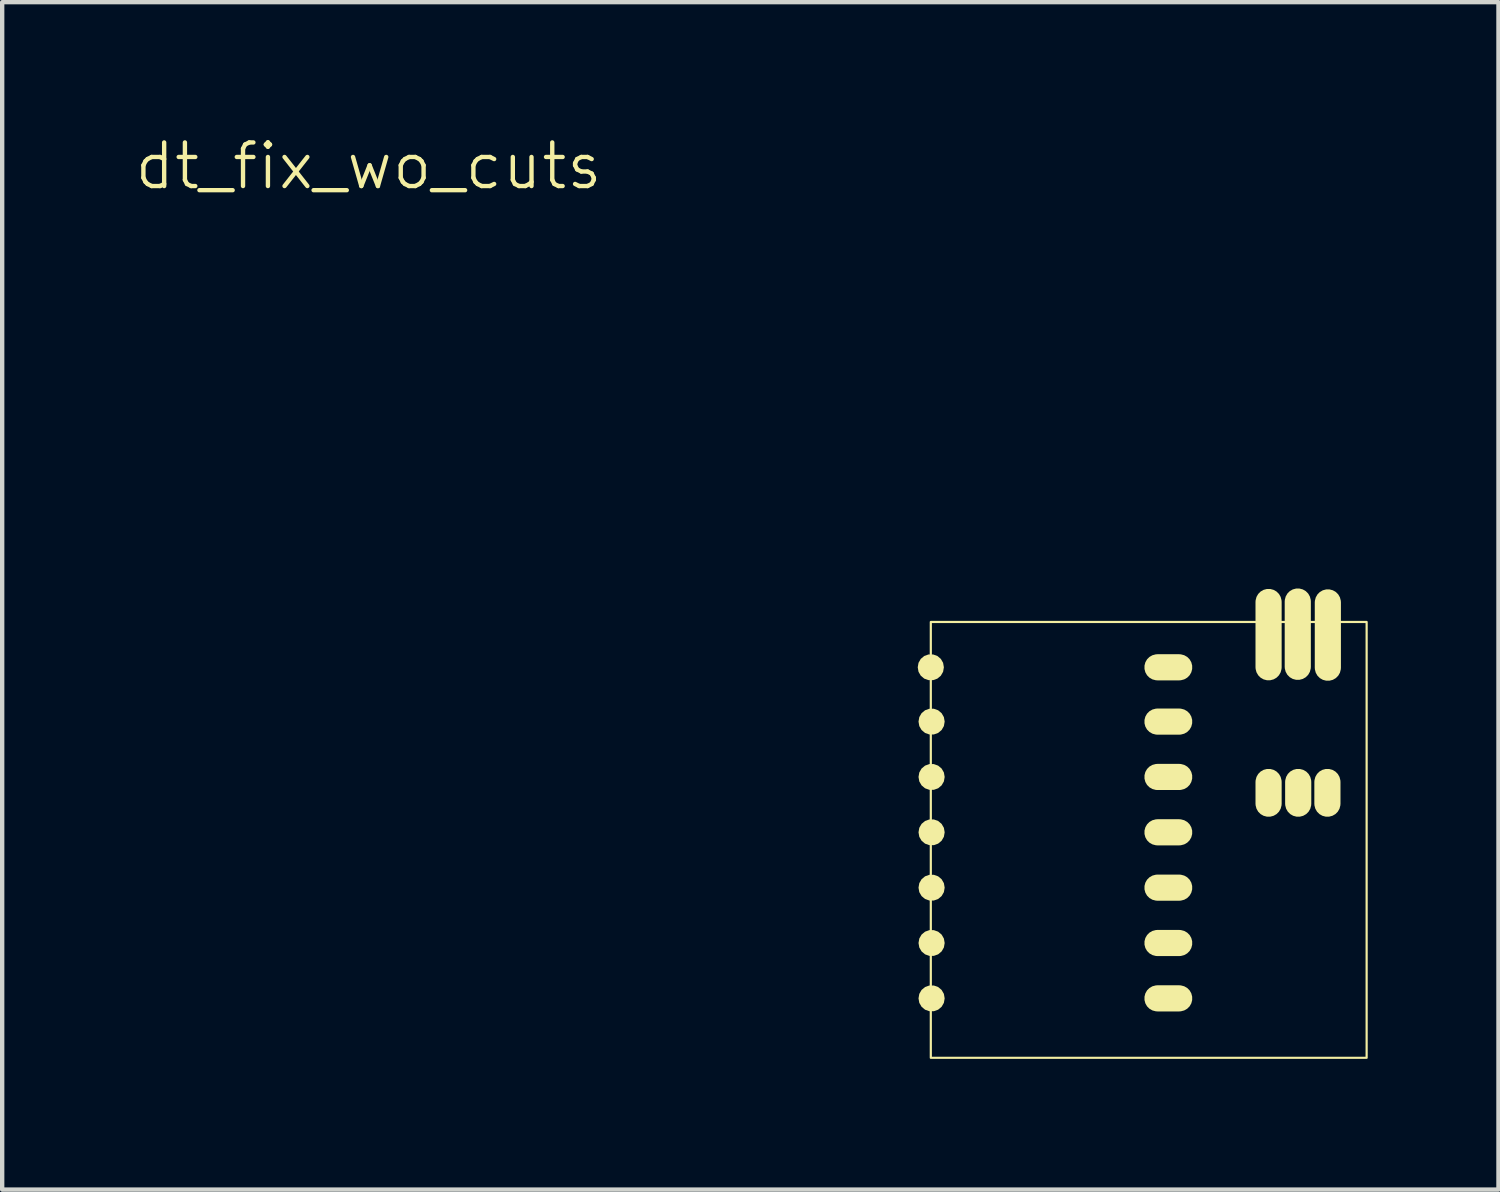
<source format=kicad_pcb>
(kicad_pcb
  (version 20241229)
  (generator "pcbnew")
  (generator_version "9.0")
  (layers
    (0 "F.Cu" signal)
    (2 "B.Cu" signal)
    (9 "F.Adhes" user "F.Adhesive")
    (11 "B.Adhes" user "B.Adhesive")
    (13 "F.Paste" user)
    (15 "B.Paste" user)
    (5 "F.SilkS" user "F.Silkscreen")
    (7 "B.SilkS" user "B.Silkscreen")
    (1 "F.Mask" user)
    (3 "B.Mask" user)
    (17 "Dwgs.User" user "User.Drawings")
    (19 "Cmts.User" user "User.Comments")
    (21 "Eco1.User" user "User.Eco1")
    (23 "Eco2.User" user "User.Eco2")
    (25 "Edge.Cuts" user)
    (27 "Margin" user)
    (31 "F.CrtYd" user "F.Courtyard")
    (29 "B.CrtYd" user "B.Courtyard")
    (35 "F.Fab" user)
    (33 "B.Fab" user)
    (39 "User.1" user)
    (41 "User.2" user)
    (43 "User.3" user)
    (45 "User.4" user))
  (footprint "dt_fix_wo_cuts"
    (layer "F.Cu")
    (at 26.707 13.761)
    (property "Reference" "dt_fix_wo_cuts" (at -21.3 -13 0) (unlocked yes) (layer "F.SilkS") (effects (font (size 1 1) (thickness 0.1))))
    (attr through_hole)
    (fp_rect (start -8.4 -2.54) (end 1.6 7.46) (stroke (width 0.05) (type default)) (fill no) (layer "F.SilkS"))
    (fp_poly (pts (xy -8.1 -1.5) (xy -8.118 -1.603) (xy -8.17 -1.693) (xy -8.25 -1.76) (xy -8.348 -1.795) (xy -8.452 -1.795) (xy -8.55 -1.76) (xy -8.63 -1.693) (xy -8.682 -1.603) (xy -8.7 -1.5) (xy -8.682 -1.397) (xy -8.63 -1.307) (xy -8.55 -1.24) (xy -8.452 -1.205) (xy -8.348 -1.205) (xy -8.25 -1.24) (xy -8.17 -1.307) (xy -8.118 -1.397) (xy -8.1 -1.5)) (stroke (width 0) (type solid)) (fill yes) (layer "F.SilkS"))
    (fp_poly (pts (xy -8.082 -0.254) (xy -8.1 -0.357) (xy -8.152 -0.447) (xy -8.232 -0.514) (xy -8.33 -0.549) (xy -8.434 -0.549) (xy -8.532 -0.514) (xy -8.612 -0.447) (xy -8.664 -0.357) (xy -8.682 -0.254) (xy -8.664 -0.151) (xy -8.612 -0.061) (xy -8.532 0.006) (xy -8.434 0.041) (xy -8.33 0.041) (xy -8.232 0.006) (xy -8.152 -0.061) (xy -8.1 -0.151) (xy -8.082 -0.254)) (stroke (width 0) (type solid)) (fill yes) (layer "F.SilkS"))
    (fp_poly (pts (xy -8.082 1.016) (xy -8.1 0.913) (xy -8.152 0.823) (xy -8.232 0.756) (xy -8.33 0.721) (xy -8.434 0.721) (xy -8.532 0.756) (xy -8.612 0.823) (xy -8.664 0.913) (xy -8.682 1.016) (xy -8.664 1.119) (xy -8.612 1.209) (xy -8.532 1.276) (xy -8.434 1.311) (xy -8.33 1.311) (xy -8.232 1.276) (xy -8.152 1.209) (xy -8.1 1.119) (xy -8.082 1.016)) (stroke (width 0) (type solid)) (fill yes) (layer "F.SilkS"))
    (fp_poly (pts (xy -8.082 2.286) (xy -8.1 2.183) (xy -8.152 2.093) (xy -8.232 2.026) (xy -8.33 1.991) (xy -8.434 1.991) (xy -8.532 2.026) (xy -8.612 2.093) (xy -8.664 2.183) (xy -8.682 2.286) (xy -8.664 2.389) (xy -8.612 2.479) (xy -8.532 2.546) (xy -8.434 2.581) (xy -8.33 2.581) (xy -8.232 2.546) (xy -8.152 2.479) (xy -8.1 2.389) (xy -8.082 2.286)) (stroke (width 0) (type solid)) (fill yes) (layer "F.SilkS"))
    (fp_poly (pts (xy -8.082 3.556) (xy -8.1 3.453) (xy -8.152 3.363) (xy -8.232 3.296) (xy -8.33 3.261) (xy -8.434 3.261) (xy -8.532 3.296) (xy -8.612 3.363) (xy -8.664 3.453) (xy -8.682 3.556) (xy -8.664 3.659) (xy -8.612 3.749) (xy -8.532 3.816) (xy -8.434 3.851) (xy -8.33 3.851) (xy -8.232 3.816) (xy -8.152 3.749) (xy -8.1 3.659) (xy -8.082 3.556)) (stroke (width 0) (type solid)) (fill yes) (layer "F.SilkS"))
    (fp_poly (pts (xy -8.082 4.826) (xy -8.1 4.723) (xy -8.152 4.633) (xy -8.232 4.566) (xy -8.33 4.531) (xy -8.434 4.531) (xy -8.532 4.566) (xy -8.612 4.633) (xy -8.664 4.723) (xy -8.682 4.826) (xy -8.664 4.929) (xy -8.612 5.019) (xy -8.532 5.086) (xy -8.434 5.121) (xy -8.33 5.121) (xy -8.232 5.086) (xy -8.152 5.019) (xy -8.1 4.929) (xy -8.082 4.826)) (stroke (width 0) (type solid)) (fill yes) (layer "F.SilkS"))
    (fp_poly (pts (xy -8.082 6.096) (xy -8.1 5.993) (xy -8.152 5.903) (xy -8.232 5.836) (xy -8.33 5.801) (xy -8.434 5.801) (xy -8.532 5.836) (xy -8.612 5.903) (xy -8.664 5.993) (xy -8.682 6.096) (xy -8.664 6.199) (xy -8.612 6.289) (xy -8.532 6.356) (xy -8.434 6.391) (xy -8.33 6.391) (xy -8.232 6.356) (xy -8.152 6.289) (xy -8.1 6.199) (xy -8.082 6.096)) (stroke (width 0) (type solid)) (fill yes) (layer "F.SilkS"))
    (fp_poly (pts (xy -2.661 -1.797) (xy -2.585 -1.777) (xy -2.517 -1.738) (xy -2.462 -1.683) (xy -2.423 -1.615) (xy -2.403 -1.539) (xy -2.403 -1.461) (xy -2.423 -1.385) (xy -2.462 -1.317) (xy -2.517 -1.262) (xy -2.585 -1.223) (xy -2.661 -1.203) (xy -2.7 -1.2) (xy -3.2 -1.2) (xy -3.239 -1.203) (xy -3.315 -1.223) (xy -3.383 -1.262) (xy -3.438 -1.317) (xy -3.477 -1.385) (xy -3.497 -1.461) (xy -3.497 -1.539) (xy -3.477 -1.615) (xy -3.438 -1.683) (xy -3.383 -1.738) (xy -3.315 -1.777) (xy -3.239 -1.797) (xy -3.2 -1.8) (xy -2.7 -1.8)) (stroke (width 0) (type solid)) (fill yes) (layer "F.SilkS"))
    (fp_poly (pts (xy -2.661 -0.551) (xy -2.585 -0.531) (xy -2.517 -0.492) (xy -2.462 -0.437) (xy -2.423 -0.369) (xy -2.403 -0.293) (xy -2.403 -0.215) (xy -2.423 -0.139) (xy -2.462 -0.071) (xy -2.517 -0.016) (xy -2.585 0.023) (xy -2.661 0.043) (xy -2.7 0.046) (xy -3.2 0.046) (xy -3.239 0.043) (xy -3.315 0.023) (xy -3.383 -0.016) (xy -3.438 -0.071) (xy -3.477 -0.139) (xy -3.497 -0.215) (xy -3.497 -0.293) (xy -3.477 -0.369) (xy -3.438 -0.437) (xy -3.383 -0.492) (xy -3.315 -0.531) (xy -3.239 -0.551) (xy -3.2 -0.554) (xy -2.7 -0.554)) (stroke (width 0) (type solid)) (fill yes) (layer "F.SilkS"))
    (fp_poly (pts (xy -2.661 0.719) (xy -2.585 0.739) (xy -2.517 0.778) (xy -2.462 0.833) (xy -2.423 0.901) (xy -2.403 0.977) (xy -2.403 1.055) (xy -2.423 1.131) (xy -2.462 1.199) (xy -2.517 1.254) (xy -2.585 1.293) (xy -2.661 1.313) (xy -2.7 1.316) (xy -3.2 1.316) (xy -3.239 1.313) (xy -3.315 1.293) (xy -3.383 1.254) (xy -3.438 1.199) (xy -3.477 1.131) (xy -3.497 1.055) (xy -3.497 0.977) (xy -3.477 0.901) (xy -3.438 0.833) (xy -3.383 0.778) (xy -3.315 0.739) (xy -3.239 0.719) (xy -3.2 0.716) (xy -2.7 0.716)) (stroke (width 0) (type solid)) (fill yes) (layer "F.SilkS"))
    (fp_poly (pts (xy -2.661 1.989) (xy -2.585 2.009) (xy -2.517 2.048) (xy -2.462 2.103) (xy -2.423 2.171) (xy -2.403 2.247) (xy -2.403 2.325) (xy -2.423 2.401) (xy -2.462 2.469) (xy -2.517 2.524) (xy -2.585 2.563) (xy -2.661 2.583) (xy -2.7 2.586) (xy -3.2 2.586) (xy -3.239 2.583) (xy -3.315 2.563) (xy -3.383 2.524) (xy -3.438 2.469) (xy -3.477 2.401) (xy -3.497 2.325) (xy -3.497 2.247) (xy -3.477 2.171) (xy -3.438 2.103) (xy -3.383 2.048) (xy -3.315 2.009) (xy -3.239 1.989) (xy -3.2 1.986) (xy -2.7 1.986)) (stroke (width 0) (type solid)) (fill yes) (layer "F.SilkS"))
    (fp_poly (pts (xy -2.661 3.259) (xy -2.585 3.279) (xy -2.517 3.318) (xy -2.462 3.373) (xy -2.423 3.441) (xy -2.403 3.517) (xy -2.403 3.595) (xy -2.423 3.671) (xy -2.462 3.739) (xy -2.517 3.794) (xy -2.585 3.833) (xy -2.661 3.853) (xy -2.7 3.856) (xy -3.2 3.856) (xy -3.239 3.853) (xy -3.315 3.833) (xy -3.383 3.794) (xy -3.438 3.739) (xy -3.477 3.671) (xy -3.497 3.595) (xy -3.497 3.517) (xy -3.477 3.441) (xy -3.438 3.373) (xy -3.383 3.318) (xy -3.315 3.279) (xy -3.239 3.259) (xy -3.2 3.256) (xy -2.7 3.256)) (stroke (width 0) (type solid)) (fill yes) (layer "F.SilkS"))
    (fp_poly (pts (xy -2.661 4.529) (xy -2.585 4.549) (xy -2.517 4.588) (xy -2.462 4.643) (xy -2.423 4.711) (xy -2.403 4.787) (xy -2.403 4.865) (xy -2.423 4.941) (xy -2.462 5.009) (xy -2.517 5.064) (xy -2.585 5.103) (xy -2.661 5.123) (xy -2.7 5.126) (xy -3.2 5.126) (xy -3.239 5.123) (xy -3.315 5.103) (xy -3.383 5.064) (xy -3.438 5.009) (xy -3.477 4.941) (xy -3.497 4.865) (xy -3.497 4.787) (xy -3.477 4.711) (xy -3.438 4.643) (xy -3.383 4.588) (xy -3.315 4.549) (xy -3.239 4.529) (xy -3.2 4.526) (xy -2.7 4.526)) (stroke (width 0) (type solid)) (fill yes) (layer "F.SilkS"))
    (fp_poly (pts (xy -2.661 5.799) (xy -2.585 5.819) (xy -2.517 5.858) (xy -2.462 5.913) (xy -2.423 5.981) (xy -2.403 6.057) (xy -2.403 6.135) (xy -2.423 6.211) (xy -2.462 6.279) (xy -2.517 6.334) (xy -2.585 6.373) (xy -2.661 6.393) (xy -2.7 6.396) (xy -3.2 6.396) (xy -3.239 6.393) (xy -3.315 6.373) (xy -3.383 6.334) (xy -3.438 6.279) (xy -3.477 6.211) (xy -3.497 6.135) (xy -3.497 6.057) (xy -3.477 5.981) (xy -3.438 5.913) (xy -3.383 5.858) (xy -3.315 5.819) (xy -3.239 5.799) (xy -3.2 5.796) (xy -2.7 5.796)) (stroke (width 0) (type solid)) (fill yes) (layer "F.SilkS"))
    (fp_poly (pts (xy -0.947 -3.039) (xy -0.927 -3.115) (xy -0.888 -3.183) (xy -0.833 -3.238) (xy -0.765 -3.277) (xy -0.689 -3.297) (xy -0.611 -3.297) (xy -0.535 -3.277) (xy -0.467 -3.238) (xy -0.412 -3.183) (xy -0.373 -3.115) (xy -0.353 -3.039) (xy -0.35 -3) (xy -0.35 -1.5) (xy -0.353 -1.461) (xy -0.373 -1.385) (xy -0.412 -1.317) (xy -0.467 -1.262) (xy -0.535 -1.223) (xy -0.611 -1.203) (xy -0.689 -1.203) (xy -0.765 -1.223) (xy -0.833 -1.262) (xy -0.888 -1.317) (xy -0.927 -1.385) (xy -0.947 -1.461) (xy -0.95 -1.5) (xy -0.95 -3)) (stroke (width 0) (type solid)) (fill yes) (layer "F.SilkS"))
    (fp_poly (pts (xy -0.947 1.091) (xy -0.927 1.015) (xy -0.888 0.947) (xy -0.833 0.892) (xy -0.765 0.853) (xy -0.689 0.833) (xy -0.611 0.833) (xy -0.535 0.853) (xy -0.467 0.892) (xy -0.412 0.947) (xy -0.373 1.015) (xy -0.353 1.091) (xy -0.35 1.13) (xy -0.35 1.63) (xy -0.353 1.669) (xy -0.373 1.745) (xy -0.412 1.813) (xy -0.467 1.868) (xy -0.535 1.907) (xy -0.611 1.927) (xy -0.689 1.927) (xy -0.765 1.907) (xy -0.833 1.868) (xy -0.888 1.813) (xy -0.927 1.745) (xy -0.947 1.669) (xy -0.95 1.63) (xy -0.95 1.13)) (stroke (width 0) (type solid)) (fill yes) (layer "F.SilkS"))
    (fp_poly (pts (xy -0.277 -3.049) (xy -0.257 -3.125) (xy -0.218 -3.193) (xy -0.163 -3.248) (xy -0.095 -3.287) (xy -0.019 -3.307) (xy 0.059 -3.307) (xy 0.135 -3.287) (xy 0.203 -3.248) (xy 0.258 -3.193) (xy 0.297 -3.125) (xy 0.317 -3.049) (xy 0.32 -3.01) (xy 0.32 -1.51) (xy 0.317 -1.471) (xy 0.297 -1.395) (xy 0.258 -1.327) (xy 0.203 -1.272) (xy 0.135 -1.233) (xy 0.059 -1.213) (xy -0.019 -1.213) (xy -0.095 -1.233) (xy -0.163 -1.272) (xy -0.218 -1.327) (xy -0.257 -1.395) (xy -0.277 -1.471) (xy -0.28 -1.51) (xy -0.28 -3.01)) (stroke (width 0) (type solid)) (fill yes) (layer "F.SilkS"))
    (fp_poly (pts (xy -0.267 1.091) (xy -0.247 1.015) (xy -0.208 0.947) (xy -0.153 0.892) (xy -0.085 0.853) (xy -0.009 0.833) (xy 0.069 0.833) (xy 0.145 0.853) (xy 0.213 0.892) (xy 0.268 0.947) (xy 0.307 1.015) (xy 0.327 1.091) (xy 0.33 1.13) (xy 0.33 1.63) (xy 0.327 1.669) (xy 0.307 1.745) (xy 0.268 1.813) (xy 0.213 1.868) (xy 0.145 1.907) (xy 0.069 1.927) (xy -0.009 1.927) (xy -0.085 1.907) (xy -0.153 1.868) (xy -0.208 1.813) (xy -0.247 1.745) (xy -0.267 1.669) (xy -0.27 1.63) (xy -0.27 1.13)) (stroke (width 0) (type solid)) (fill yes) (layer "F.SilkS"))
    (fp_poly (pts (xy 0.403 1.091) (xy 0.423 1.015) (xy 0.462 0.947) (xy 0.517 0.892) (xy 0.585 0.853) (xy 0.661 0.833) (xy 0.739 0.833) (xy 0.815 0.853) (xy 0.883 0.892) (xy 0.938 0.947) (xy 0.977 1.015) (xy 0.997 1.091) (xy 1 1.13) (xy 1 1.63) (xy 0.997 1.669) (xy 0.977 1.745) (xy 0.938 1.813) (xy 0.883 1.868) (xy 0.815 1.907) (xy 0.739 1.927) (xy 0.661 1.927) (xy 0.585 1.907) (xy 0.517 1.868) (xy 0.462 1.813) (xy 0.423 1.745) (xy 0.403 1.669) (xy 0.4 1.63) (xy 0.4 1.13)) (stroke (width 0) (type solid)) (fill yes) (layer "F.SilkS"))
    (fp_poly (pts (xy 0.413 -3.029) (xy 0.433 -3.105) (xy 0.472 -3.173) (xy 0.527 -3.228) (xy 0.595 -3.267) (xy 0.671 -3.287) (xy 0.749 -3.287) (xy 0.825 -3.267) (xy 0.893 -3.228) (xy 0.948 -3.173) (xy 0.987 -3.105) (xy 1.007 -3.029) (xy 1.01 -2.99) (xy 1.01 -1.49) (xy 1.007 -1.451) (xy 0.987 -1.375) (xy 0.948 -1.307) (xy 0.893 -1.252) (xy 0.825 -1.213) (xy 0.749 -1.193) (xy 0.671 -1.193) (xy 0.595 -1.213) (xy 0.527 -1.252) (xy 0.472 -1.307) (xy 0.433 -1.375) (xy 0.413 -1.451) (xy 0.41 -1.49) (xy 0.41 -2.99)) (stroke (width 0) (type solid)) (fill yes) (layer "F.SilkS")))
  (gr_rect
    (start -3 -3)
    (end 31.332 24.245)
    (stroke (width 0.1) (type default))
    (fill no)
    (layer "Edge.Cuts")))
</source>
